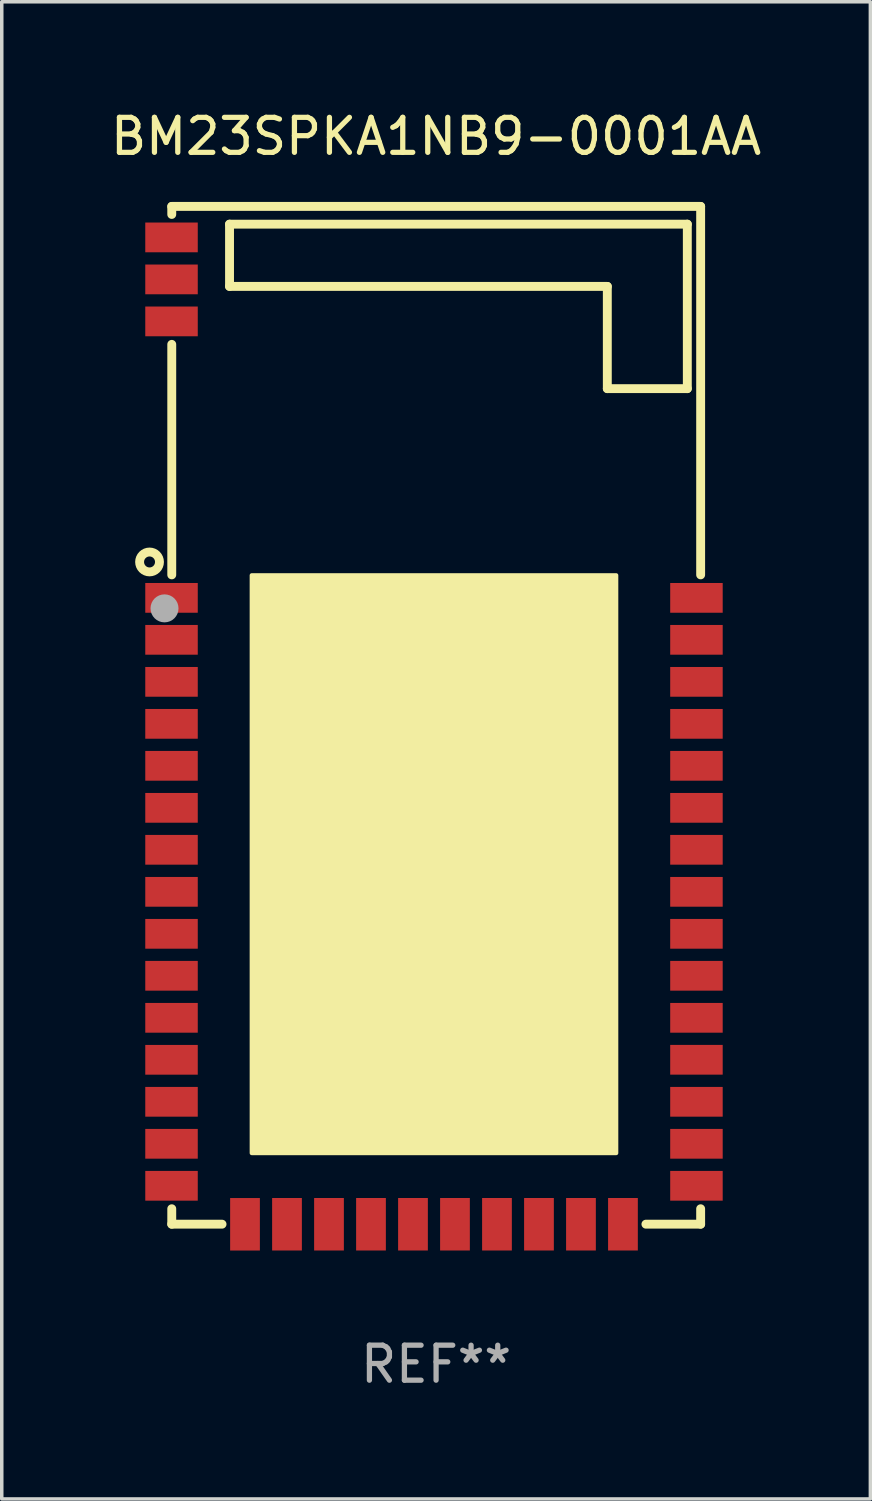
<source format=kicad_pcb>
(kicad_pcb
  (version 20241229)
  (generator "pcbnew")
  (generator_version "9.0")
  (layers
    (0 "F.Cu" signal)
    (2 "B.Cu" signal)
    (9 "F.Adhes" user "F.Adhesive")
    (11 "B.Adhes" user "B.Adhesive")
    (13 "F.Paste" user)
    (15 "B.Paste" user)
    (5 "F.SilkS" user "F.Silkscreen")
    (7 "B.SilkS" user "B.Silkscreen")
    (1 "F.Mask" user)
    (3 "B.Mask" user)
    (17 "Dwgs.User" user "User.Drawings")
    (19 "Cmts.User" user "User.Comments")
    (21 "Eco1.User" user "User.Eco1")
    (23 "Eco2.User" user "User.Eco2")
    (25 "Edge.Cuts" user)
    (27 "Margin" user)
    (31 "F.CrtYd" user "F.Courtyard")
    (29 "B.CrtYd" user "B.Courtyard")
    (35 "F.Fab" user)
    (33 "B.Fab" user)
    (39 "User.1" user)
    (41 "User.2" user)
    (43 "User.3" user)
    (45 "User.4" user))
  (footprint "BM23SPKA1NB9-0001AA"
    (layer "F.Cu")
    (at 9.411 17.391)
    (property "Reference" "BM23SPKA1NB9-0001AA" (at 0 -16.543 0) (layer "F.SilkS") (effects (font (size 1 1) (thickness 0.15))))
    (attr through_hole)
    (fp_line (start -7.553 -14.543) (end 7.56 -14.543) (stroke (width 0.254) (type solid)) (layer "F.SilkS"))
    (fp_line (start -7.553 -14.313) (end -7.553 -14.543) (stroke (width 0.254) (type solid)) (layer "F.SilkS"))
    (fp_line (start -7.553 -4.014) (end -7.553 -10.601) (stroke (width 0.254) (type solid)) (layer "F.SilkS"))
    (fp_line (start -7.553 14.54) (end -7.553 14.099) (stroke (width 0.254) (type solid)) (layer "F.SilkS"))
    (fp_line (start -6.116 14.54) (end -7.553 14.54) (stroke (width 0.254) (type solid)) (layer "F.SilkS"))
    (fp_line (start -5.902 -14.035) (end 7.179 -14.035) (stroke (width 0.254) (type solid)) (layer "F.SilkS"))
    (fp_line (start -5.902 -12.257) (end -5.902 -14.035) (stroke (width 0.254) (type solid)) (layer "F.SilkS"))
    (fp_line (start 4.893 -12.257) (end -5.902 -12.257) (stroke (width 0.254) (type solid)) (layer "F.SilkS"))
    (fp_line (start 4.893 -9.336) (end 4.893 -12.257) (stroke (width 0.254) (type solid)) (layer "F.SilkS"))
    (fp_line (start 7.179 -14.035) (end 7.179 -9.336) (stroke (width 0.254) (type solid)) (layer "F.SilkS"))
    (fp_line (start 7.179 -9.336) (end 4.893 -9.336) (stroke (width 0.254) (type solid)) (layer "F.SilkS"))
    (fp_line (start 7.56 -14.543) (end 7.56 -4.014) (stroke (width 0.254) (type solid)) (layer "F.SilkS"))
    (fp_line (start 7.56 14.099) (end 7.56 14.54) (stroke (width 0.254) (type solid)) (layer "F.SilkS"))
    (fp_line (start 7.56 14.54) (end 5.996 14.54) (stroke (width 0.254) (type solid)) (layer "F.SilkS"))
    (fp_circle (center -8.188 -4.383) (end -7.904 -4.383) (stroke (width 0.254) (type solid)) (fill no) (layer "F.SilkS"))
    (fp_circle (center -7.56 -14.457) (end -7.53 -14.457) (stroke (width 0.06) (type solid)) (fill no) (layer "F.SilkS"))
    (fp_poly (pts (xy -5.267 -4.002) (xy 5.147 -4.002) (xy 5.147 12.508) (xy -5.267 12.508)) (stroke (width 0.12) (type solid)) (fill yes) (layer "F.SilkS"))
    (fp_circle (center -7.76 -3.057) (end -7.56 -3.057) (stroke (width 0.4) (type solid)) (fill no) (layer "F.Fab"))
    (fp_text user "REF**" (at 0 18.543 0) (layer "F.Fab") (effects (font (size 1 1) (thickness 0.15))))
    (pad "1" smd rect (at -7.56 -3.357) (size 1.5 0.85) (layers "F.Cu" "F.Mask" "F.Paste"))
    (pad "2" smd rect (at -7.56 -2.158) (size 1.5 0.85) (layers "F.Cu" "F.Mask" "F.Paste"))
    (pad "3" smd rect (at -7.56 -0.957) (size 1.5 0.85) (layers "F.Cu" "F.Mask" "F.Paste"))
    (pad "4" smd rect (at -7.56 0.243) (size 1.5 0.85) (layers "F.Cu" "F.Mask" "F.Paste"))
    (pad "5" smd rect (at -7.56 1.442) (size 1.5 0.85) (layers "F.Cu" "F.Mask" "F.Paste"))
    (pad "6" smd rect (at -7.56 2.643) (size 1.5 0.85) (layers "F.Cu" "F.Mask" "F.Paste"))
    (pad "7" smd rect (at -7.56 3.842) (size 1.5 0.85) (layers "F.Cu" "F.Mask" "F.Paste"))
    (pad "8" smd rect (at -7.56 5.043) (size 1.5 0.85) (layers "F.Cu" "F.Mask" "F.Paste"))
    (pad "9" smd rect (at -7.56 6.243) (size 1.5 0.85) (layers "F.Cu" "F.Mask" "F.Paste"))
    (pad "10" smd rect (at -7.56 7.442) (size 1.5 0.85) (layers "F.Cu" "F.Mask" "F.Paste"))
    (pad "11" smd rect (at -7.56 8.643) (size 1.5 0.85) (layers "F.Cu" "F.Mask" "F.Paste"))
    (pad "12" smd rect (at -7.56 9.843) (size 1.5 0.85) (layers "F.Cu" "F.Mask" "F.Paste"))
    (pad "13" smd rect (at -7.56 11.043) (size 1.5 0.85) (layers "F.Cu" "F.Mask" "F.Paste"))
    (pad "14" smd rect (at -7.56 12.243) (size 1.5 0.85) (layers "F.Cu" "F.Mask" "F.Paste"))
    (pad "15" smd rect (at -7.56 13.443) (size 1.5 0.85) (layers "F.Cu" "F.Mask" "F.Paste"))
    (pad "16" smd rect (at -5.46 14.543) (size 0.85 1.5) (layers "F.Cu" "F.Mask" "F.Paste"))
    (pad "17" smd rect (at -4.26 14.542) (size 0.85 1.5) (layers "F.Cu" "F.Mask" "F.Paste"))
    (pad "18" smd rect (at -3.06 14.542) (size 0.85 1.5) (layers "F.Cu" "F.Mask" "F.Paste"))
    (pad "19" smd rect (at -1.86 14.542) (size 0.85 1.5) (layers "F.Cu" "F.Mask" "F.Paste"))
    (pad "20" smd rect (at -0.66 14.542) (size 0.85 1.5) (layers "F.Cu" "F.Mask" "F.Paste"))
    (pad "21" smd rect (at 0.54 14.542) (size 0.85 1.5) (layers "F.Cu" "F.Mask" "F.Paste"))
    (pad "22" smd rect (at 1.74 14.542) (size 0.85 1.5) (layers "F.Cu" "F.Mask" "F.Paste"))
    (pad "23" smd rect (at 2.94 14.542) (size 0.85 1.5) (layers "F.Cu" "F.Mask" "F.Paste"))
    (pad "24" smd rect (at 4.14 14.542) (size 0.85 1.5) (layers "F.Cu" "F.Mask" "F.Paste"))
    (pad "25" smd rect (at 5.34 14.542) (size 0.85 1.5) (layers "F.Cu" "F.Mask" "F.Paste"))
    (pad "26" smd rect (at 7.44 13.443) (size 1.5 0.85) (layers "F.Cu" "F.Mask" "F.Paste"))
    (pad "27" smd rect (at 7.44 12.243) (size 1.5 0.85) (layers "F.Cu" "F.Mask" "F.Paste"))
    (pad "28" smd rect (at 7.44 11.043) (size 1.5 0.85) (layers "F.Cu" "F.Mask" "F.Paste"))
    (pad "29" smd rect (at 7.44 9.842) (size 1.5 0.85) (layers "F.Cu" "F.Mask" "F.Paste"))
    (pad "30" smd rect (at 7.44 8.643) (size 1.5 0.85) (layers "F.Cu" "F.Mask" "F.Paste"))
    (pad "31" smd rect (at 7.44 7.442) (size 1.5 0.85) (layers "F.Cu" "F.Mask" "F.Paste"))
    (pad "32" smd rect (at 7.44 6.243) (size 1.5 0.85) (layers "F.Cu" "F.Mask" "F.Paste"))
    (pad "33" smd rect (at 7.44 5.043) (size 1.5 0.85) (layers "F.Cu" "F.Mask" "F.Paste"))
    (pad "34" smd rect (at 7.44 3.842) (size 1.5 0.85) (layers "F.Cu" "F.Mask" "F.Paste"))
    (pad "35" smd rect (at 7.44 2.643) (size 1.5 0.85) (layers "F.Cu" "F.Mask" "F.Paste"))
    (pad "36" smd rect (at 7.44 1.442) (size 1.5 0.85) (layers "F.Cu" "F.Mask" "F.Paste"))
    (pad "37" smd rect (at 7.44 0.243) (size 1.5 0.85) (layers "F.Cu" "F.Mask" "F.Paste"))
    (pad "38" smd rect (at 7.44 -0.957) (size 1.5 0.85) (layers "F.Cu" "F.Mask" "F.Paste"))
    (pad "39" smd rect (at 7.44 -2.158) (size 1.5 0.85) (layers "F.Cu" "F.Mask" "F.Paste"))
    (pad "40" smd rect (at 7.44 -3.357) (size 1.5 0.85) (layers "F.Cu" "F.Mask" "F.Paste"))
    (pad "41" smd rect (at -7.56 -11.257) (size 1.5 0.85) (layers "F.Cu" "F.Mask" "F.Paste"))
    (pad "42" smd rect (at -7.56 -12.457) (size 1.5 0.85) (layers "F.Cu" "F.Mask" "F.Paste"))
    (pad "43" smd rect (at -7.56 -13.657) (size 1.5 0.85) (layers "F.Cu" "F.Mask" "F.Paste")))
  (gr_rect
    (start -3 -3)
    (end 21.821 39.782)
    (stroke (width 0.1) (type default))
    (fill no)
    (layer "Edge.Cuts")))
</source>
